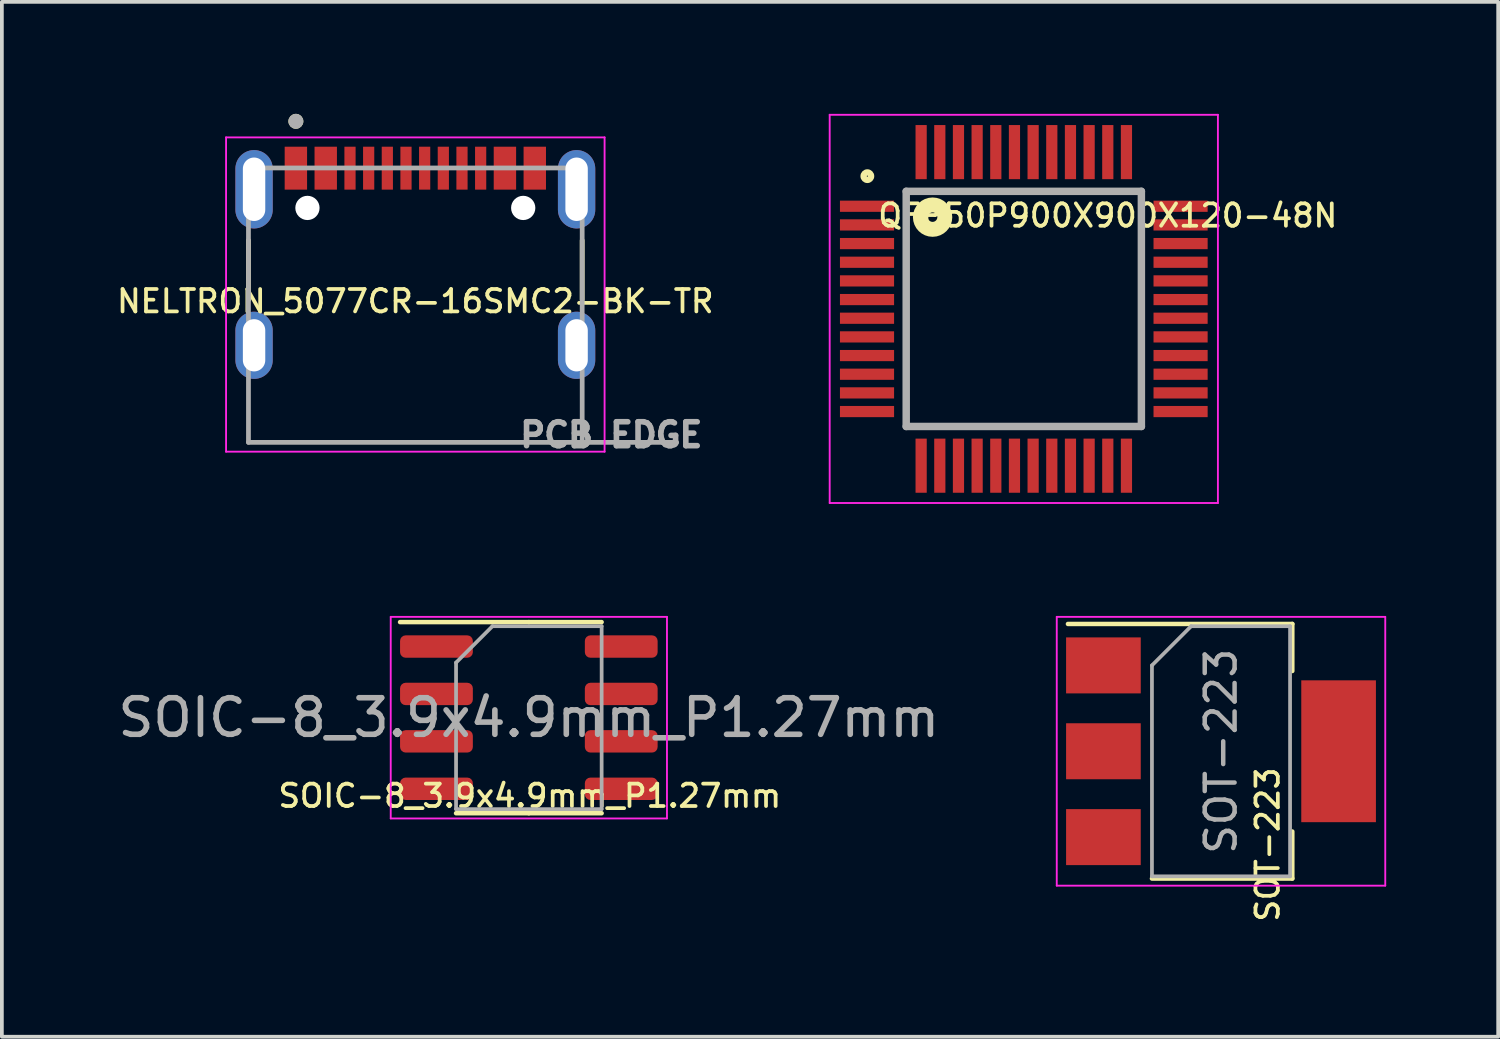
<source format=kicad_pcb>
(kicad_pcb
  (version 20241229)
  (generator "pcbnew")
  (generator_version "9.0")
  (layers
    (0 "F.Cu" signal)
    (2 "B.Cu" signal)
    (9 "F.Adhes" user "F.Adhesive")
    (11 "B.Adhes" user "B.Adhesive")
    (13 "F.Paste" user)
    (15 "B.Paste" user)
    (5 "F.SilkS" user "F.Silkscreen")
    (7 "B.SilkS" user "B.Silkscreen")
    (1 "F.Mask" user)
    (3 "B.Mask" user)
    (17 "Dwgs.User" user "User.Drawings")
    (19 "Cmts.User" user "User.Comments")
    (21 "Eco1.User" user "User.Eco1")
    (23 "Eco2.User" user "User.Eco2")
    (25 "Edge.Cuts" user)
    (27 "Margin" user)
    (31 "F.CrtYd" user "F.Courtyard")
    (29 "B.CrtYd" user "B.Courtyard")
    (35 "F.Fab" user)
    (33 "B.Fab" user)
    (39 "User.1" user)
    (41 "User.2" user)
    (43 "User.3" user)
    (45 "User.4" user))
  (footprint "QFP50P900X900X120-48N"
    (layer "F.Cu")
    (at 24.376 5.225)
    (property "Reference" "QFP50P900X900X120-48N" (at 2.25 -2.5 0) (layer "F.SilkS") (effects (font (size 0.6 0.6) (thickness 0.1) (bold yes))))
    (attr smd)
    (fp_circle (center -4.191 -3.556) (end -4.091 -3.556) (stroke (width 0.17) (type solid)) (fill no) (layer "F.SilkS"))
    (fp_circle (center -2.443 -2.458) (end -2.316 -2.458) (stroke (width 0.4) (type solid)) (fill no) (layer "F.SilkS"))
    (fp_line (start -5.2 -5.2) (end 5.2 -5.2) (stroke (width 0.05) (type solid)) (layer "F.CrtYd"))
    (fp_line (start -5.2 5.2) (end -5.2 -5.2) (stroke (width 0.05) (type solid)) (layer "F.CrtYd"))
    (fp_line (start 5.2 -5.2) (end 5.2 5.2) (stroke (width 0.05) (type solid)) (layer "F.CrtYd"))
    (fp_line (start 5.2 5.2) (end -5.2 5.2) (stroke (width 0.05) (type solid)) (layer "F.CrtYd"))
    (fp_line (start -3.15 3.15) (end -3.15 -3.15) (stroke (width 0.2) (type solid)) (layer "F.Fab"))
    (fp_line (start 3.15 -3.15) (end -3.15 -3.15) (stroke (width 0.2) (type solid)) (layer "F.Fab"))
    (fp_line (start 3.15 3.15) (end -3.15 3.15) (stroke (width 0.2) (type solid)) (layer "F.Fab"))
    (fp_line (start 3.15 3.15) (end 3.15 -3.15) (stroke (width 0.2) (type solid)) (layer "F.Fab"))
    (pad "1" smd rect (at -4.2 -2.75 180) (size 1.45 0.3) (layers "F.Cu" "F.Mask" "F.Paste"))
    (pad "2" smd rect (at -4.2 -2.25 180) (size 1.45 0.3) (layers "F.Cu" "F.Mask" "F.Paste"))
    (pad "3" smd rect (at -4.2 -1.75 180) (size 1.45 0.3) (layers "F.Cu" "F.Mask" "F.Paste"))
    (pad "4" smd rect (at -4.2 -1.25 180) (size 1.45 0.3) (layers "F.Cu" "F.Mask" "F.Paste"))
    (pad "5" smd rect (at -4.2 -0.75 180) (size 1.45 0.3) (layers "F.Cu" "F.Mask" "F.Paste"))
    (pad "6" smd rect (at -4.2 -0.25 180) (size 1.45 0.3) (layers "F.Cu" "F.Mask" "F.Paste"))
    (pad "7" smd rect (at -4.2 0.25 180) (size 1.45 0.3) (layers "F.Cu" "F.Mask" "F.Paste"))
    (pad "8" smd rect (at -4.2 0.75 180) (size 1.45 0.3) (layers "F.Cu" "F.Mask" "F.Paste"))
    (pad "9" smd rect (at -4.2 1.25 180) (size 1.45 0.3) (layers "F.Cu" "F.Mask" "F.Paste"))
    (pad "10" smd rect (at -4.2 1.75 180) (size 1.45 0.3) (layers "F.Cu" "F.Mask" "F.Paste"))
    (pad "11" smd rect (at -4.2 2.25 180) (size 1.45 0.3) (layers "F.Cu" "F.Mask" "F.Paste"))
    (pad "12" smd rect (at -4.2 2.75 180) (size 1.45 0.3) (layers "F.Cu" "F.Mask" "F.Paste"))
    (pad "13" smd rect (at -2.75 4.2 90) (size 1.45 0.3) (layers "F.Cu" "F.Mask" "F.Paste"))
    (pad "14" smd rect (at -2.25 4.2 90) (size 1.45 0.3) (layers "F.Cu" "F.Mask" "F.Paste"))
    (pad "15" smd rect (at -1.75 4.2 90) (size 1.45 0.3) (layers "F.Cu" "F.Mask" "F.Paste"))
    (pad "16" smd rect (at -1.25 4.2 90) (size 1.45 0.3) (layers "F.Cu" "F.Mask" "F.Paste"))
    (pad "17" smd rect (at -0.75 4.2 90) (size 1.45 0.3) (layers "F.Cu" "F.Mask" "F.Paste"))
    (pad "18" smd rect (at -0.25 4.2 90) (size 1.45 0.3) (layers "F.Cu" "F.Mask" "F.Paste"))
    (pad "19" smd rect (at 0.25 4.2 90) (size 1.45 0.3) (layers "F.Cu" "F.Mask" "F.Paste"))
    (pad "20" smd rect (at 0.75 4.2 90) (size 1.45 0.3) (layers "F.Cu" "F.Mask" "F.Paste"))
    (pad "21" smd rect (at 1.25 4.2 90) (size 1.45 0.3) (layers "F.Cu" "F.Mask" "F.Paste"))
    (pad "22" smd rect (at 1.75 4.2 90) (size 1.45 0.3) (layers "F.Cu" "F.Mask" "F.Paste"))
    (pad "23" smd rect (at 2.25 4.2 90) (size 1.45 0.3) (layers "F.Cu" "F.Mask" "F.Paste"))
    (pad "24" smd rect (at 2.75 4.2 90) (size 1.45 0.3) (layers "F.Cu" "F.Mask" "F.Paste"))
    (pad "25" smd rect (at 4.2 2.75 180) (size 1.45 0.3) (layers "F.Cu" "F.Mask" "F.Paste"))
    (pad "26" smd rect (at 4.2 2.25 180) (size 1.45 0.3) (layers "F.Cu" "F.Mask" "F.Paste"))
    (pad "27" smd rect (at 4.2 1.75 180) (size 1.45 0.3) (layers "F.Cu" "F.Mask" "F.Paste"))
    (pad "28" smd rect (at 4.2 1.25 180) (size 1.45 0.3) (layers "F.Cu" "F.Mask" "F.Paste"))
    (pad "29" smd rect (at 4.2 0.75 180) (size 1.45 0.3) (layers "F.Cu" "F.Mask" "F.Paste"))
    (pad "30" smd rect (at 4.2 0.25 180) (size 1.45 0.3) (layers "F.Cu" "F.Mask" "F.Paste"))
    (pad "31" smd rect (at 4.2 -0.25 180) (size 1.45 0.3) (layers "F.Cu" "F.Mask" "F.Paste"))
    (pad "32" smd rect (at 4.2 -0.75 180) (size 1.45 0.3) (layers "F.Cu" "F.Mask" "F.Paste"))
    (pad "33" smd rect (at 4.2 -1.25 180) (size 1.45 0.3) (layers "F.Cu" "F.Mask" "F.Paste"))
    (pad "34" smd rect (at 4.2 -1.75 180) (size 1.45 0.3) (layers "F.Cu" "F.Mask" "F.Paste"))
    (pad "35" smd rect (at 4.2 -2.25 180) (size 1.45 0.3) (layers "F.Cu" "F.Mask" "F.Paste"))
    (pad "36" smd rect (at 4.2 -2.75 180) (size 1.45 0.3) (layers "F.Cu" "F.Mask" "F.Paste"))
    (pad "37" smd rect (at 2.75 -4.2 90) (size 1.45 0.3) (layers "F.Cu" "F.Mask" "F.Paste"))
    (pad "38" smd rect (at 2.25 -4.2 90) (size 1.45 0.3) (layers "F.Cu" "F.Mask" "F.Paste"))
    (pad "39" smd rect (at 1.75 -4.2 90) (size 1.45 0.3) (layers "F.Cu" "F.Mask" "F.Paste"))
    (pad "40" smd rect (at 1.25 -4.2 90) (size 1.45 0.3) (layers "F.Cu" "F.Mask" "F.Paste"))
    (pad "41" smd rect (at 0.75 -4.2 90) (size 1.45 0.3) (layers "F.Cu" "F.Mask" "F.Paste"))
    (pad "42" smd rect (at 0.25 -4.2 90) (size 1.45 0.3) (layers "F.Cu" "F.Mask" "F.Paste"))
    (pad "43" smd rect (at -0.25 -4.2 90) (size 1.45 0.3) (layers "F.Cu" "F.Mask" "F.Paste"))
    (pad "44" smd rect (at -0.75 -4.2 90) (size 1.45 0.3) (layers "F.Cu" "F.Mask" "F.Paste"))
    (pad "45" smd rect (at -1.25 -4.2 90) (size 1.45 0.3) (layers "F.Cu" "F.Mask" "F.Paste"))
    (pad "46" smd rect (at -1.75 -4.2 90) (size 1.45 0.3) (layers "F.Cu" "F.Mask" "F.Paste"))
    (pad "47" smd rect (at -2.25 -4.2 90) (size 1.45 0.3) (layers "F.Cu" "F.Mask" "F.Paste"))
    (pad "48" smd rect (at -2.75 -4.2 90) (size 1.45 0.3) (layers "F.Cu" "F.Mask" "F.Paste")))
  (footprint "SOIC-8_3.9x4.9mm_P1.27mm"
    (layer "F.Cu")
    (at 11.117 16.175)
    (property "Reference" "SOIC-8_3.9x4.9mm_P1.27mm" (at 0.025 2.095 0) (layer "F.SilkS") (effects (font (size 0.6 0.6) (thickness 0.1) (bold yes))))
    (attr smd)
    (fp_line (start 0 -2.56) (end -3.45 -2.56) (stroke (width 0.12) (type solid)) (layer "F.SilkS"))
    (fp_line (start 0 -2.56) (end 1.95 -2.56) (stroke (width 0.12) (type solid)) (layer "F.SilkS"))
    (fp_line (start 0 2.56) (end -1.95 2.56) (stroke (width 0.12) (type solid)) (layer "F.SilkS"))
    (fp_line (start 0 2.56) (end 1.95 2.56) (stroke (width 0.12) (type solid)) (layer "F.SilkS"))
    (fp_line (start -3.7 -2.7) (end -3.7 2.7) (stroke (width 0.05) (type solid)) (layer "F.CrtYd"))
    (fp_line (start -3.7 2.7) (end 3.7 2.7) (stroke (width 0.05) (type solid)) (layer "F.CrtYd"))
    (fp_line (start 3.7 -2.7) (end -3.7 -2.7) (stroke (width 0.05) (type solid)) (layer "F.CrtYd"))
    (fp_line (start 3.7 2.7) (end 3.7 -2.7) (stroke (width 0.05) (type solid)) (layer "F.CrtYd"))
    (fp_line (start -1.95 -1.475) (end -0.975 -2.45) (stroke (width 0.1) (type solid)) (layer "F.Fab"))
    (fp_line (start -1.95 2.45) (end -1.95 -1.475) (stroke (width 0.1) (type solid)) (layer "F.Fab"))
    (fp_line (start -0.975 -2.45) (end 1.95 -2.45) (stroke (width 0.1) (type solid)) (layer "F.Fab"))
    (fp_line (start 1.95 -2.45) (end 1.95 2.45) (stroke (width 0.1) (type solid)) (layer "F.Fab"))
    (fp_line (start 1.95 2.45) (end -1.95 2.45) (stroke (width 0.1) (type solid)) (layer "F.Fab"))
    (fp_text user "${REFERENCE}" (at 0 0 0) (layer "F.Fab") (effects (font (size 0.98 0.98) (thickness 0.15))))
    (pad "1" smd roundrect (at -2.475 -1.905) (size 1.95 0.6) (layers "F.Cu" "F.Mask" "F.Paste") (roundrect_rratio 0.25))
    (pad "2" smd roundrect (at -2.475 -0.635) (size 1.95 0.6) (layers "F.Cu" "F.Mask" "F.Paste") (roundrect_rratio 0.25))
    (pad "3" smd roundrect (at -2.475 0.635) (size 1.95 0.6) (layers "F.Cu" "F.Mask" "F.Paste") (roundrect_rratio 0.25))
    (pad "4" smd roundrect (at -2.475 1.905) (size 1.95 0.6) (layers "F.Cu" "F.Mask" "F.Paste") (roundrect_rratio 0.25))
    (pad "5" smd roundrect (at 2.475 1.905) (size 1.95 0.6) (layers "F.Cu" "F.Mask" "F.Paste") (roundrect_rratio 0.25))
    (pad "6" smd roundrect (at 2.475 0.635) (size 1.95 0.6) (layers "F.Cu" "F.Mask" "F.Paste") (roundrect_rratio 0.25))
    (pad "7" smd roundrect (at 2.475 -0.635) (size 1.95 0.6) (layers "F.Cu" "F.Mask" "F.Paste") (roundrect_rratio 0.25))
    (pad "8" smd roundrect (at 2.475 -1.905) (size 1.95 0.6) (layers "F.Cu" "F.Mask" "F.Paste") (roundrect_rratio 0.25)))
  (footprint "SOT-223"
    (layer "F.Cu")
    (at 29.659 17.075)
    (property "Reference" "SOT-223" (at 1.25 2.5 90) (layer "F.SilkS") (effects (font (size 0.6 0.6) (thickness 0.1) (bold yes))))
    (attr smd)
    (fp_line (start -4.1 -3.41) (end 1.91 -3.41) (stroke (width 0.12) (type solid)) (layer "F.SilkS"))
    (fp_line (start -1.85 3.41) (end 1.91 3.41) (stroke (width 0.12) (type solid)) (layer "F.SilkS"))
    (fp_line (start 1.91 -3.41) (end 1.91 -2.15) (stroke (width 0.12) (type solid)) (layer "F.SilkS"))
    (fp_line (start 1.91 3.41) (end 1.91 2.15) (stroke (width 0.12) (type solid)) (layer "F.SilkS"))
    (fp_line (start -4.4 -3.6) (end -4.4 3.6) (stroke (width 0.05) (type solid)) (layer "F.CrtYd"))
    (fp_line (start -4.4 3.6) (end 4.4 3.6) (stroke (width 0.05) (type solid)) (layer "F.CrtYd"))
    (fp_line (start 4.4 -3.6) (end -4.4 -3.6) (stroke (width 0.05) (type solid)) (layer "F.CrtYd"))
    (fp_line (start 4.4 3.6) (end 4.4 -3.6) (stroke (width 0.05) (type solid)) (layer "F.CrtYd"))
    (fp_line (start -1.85 -2.3) (end -1.85 3.35) (stroke (width 0.1) (type solid)) (layer "F.Fab"))
    (fp_line (start -1.85 -2.3) (end -0.8 -3.35) (stroke (width 0.1) (type solid)) (layer "F.Fab"))
    (fp_line (start -1.85 3.35) (end 1.85 3.35) (stroke (width 0.1) (type solid)) (layer "F.Fab"))
    (fp_line (start -0.8 -3.35) (end 1.85 -3.35) (stroke (width 0.1) (type solid)) (layer "F.Fab"))
    (fp_line (start 1.85 -3.35) (end 1.85 3.35) (stroke (width 0.1) (type solid)) (layer "F.Fab"))
    (fp_text user "${REFERENCE}" (at 0 0 90) (layer "F.Fab") (effects (font (size 0.8 0.8) (thickness 0.12))))
    (pad "1" smd rect (at -3.15 -2.3) (size 2 1.5) (layers "F.Cu" "F.Mask" "F.Paste"))
    (pad "2" smd rect (at -3.15 0) (size 2 1.5) (layers "F.Cu" "F.Mask" "F.Paste"))
    (pad "3" smd rect (at -3.15 2.3) (size 2 1.5) (layers "F.Cu" "F.Mask" "F.Paste"))
    (pad "4" smd rect (at 3.15 0) (size 2 3.8) (layers "F.Cu" "F.Mask" "F.Paste")))
  (footprint "NELTRON_5077CR-16SMC2-BK-TR"
    (layer "F.Cu")
    (at 8.076 2.52)
    (property "Reference" "NELTRON_5077CR-16SMC2-BK-TR" (at 0 2.5 180) (layer "F.SilkS") (effects (font (size 0.6 0.6) (thickness 0.1) (bold yes))))
    (attr smd)
    (fp_line (start -4.47 2.46) (end -4.47 0.87) (stroke (width 0.127) (type solid)) (layer "F.SilkS"))
    (fp_line (start 4.47 2.46) (end 4.47 0.87) (stroke (width 0.127) (type solid)) (layer "F.SilkS"))
    (fp_circle (center -3.2 -2.32) (end -3.1 -2.32) (stroke (width 0.2) (type solid)) (fill no) (layer "F.SilkS"))
    (fp_line (start -5.07 -1.89) (end 5.07 -1.89) (stroke (width 0.05) (type solid)) (layer "F.CrtYd"))
    (fp_line (start -5.07 6.53) (end -5.07 -1.89) (stroke (width 0.05) (type solid)) (layer "F.CrtYd"))
    (fp_line (start 5.07 -1.89) (end 5.07 6.53) (stroke (width 0.05) (type solid)) (layer "F.CrtYd"))
    (fp_line (start 5.07 6.53) (end -5.07 6.53) (stroke (width 0.05) (type solid)) (layer "F.CrtYd"))
    (fp_line (start -4.47 -1.07) (end 4.47 -1.07) (stroke (width 0.127) (type solid)) (layer "F.Fab"))
    (fp_line (start -4.47 6.28) (end -4.47 -1.07) (stroke (width 0.127) (type solid)) (layer "F.Fab"))
    (fp_line (start -4.47 6.28) (end 4.47 6.28) (stroke (width 0.127) (type solid)) (layer "F.Fab"))
    (fp_line (start 4.47 -1.07) (end 4.47 6.28) (stroke (width 0.127) (type solid)) (layer "F.Fab"))
    (fp_line (start 4.47 6.28) (end 7 6.28) (stroke (width 0.127) (type solid)) (layer "F.Fab"))
    (fp_circle (center -3.2 -2.32) (end -3.1 -2.32) (stroke (width 0.2) (type solid)) (fill no) (layer "F.Fab"))
    (fp_text user "PCB EDGE" (at 5.25 6.08 180) (layer "F.Fab") (effects (font (size 0.64 0.64) (thickness 0.15))))
    (pad "" np_thru_hole circle (at -2.89 0) (size 0.65 0.65) (drill 0.65) (layers "*.Cu" "*.Mask"))
    (pad "" np_thru_hole circle (at 2.89 0) (size 0.65 0.65) (drill 0.65) (layers "*.Cu" "*.Mask"))
    (pad "A1_B12" smd rect (at -3.2 -1.065) (size 0.6 1.15) (layers "F.Cu" "F.Mask" "F.Paste"))
    (pad "A4_B9" smd rect (at -2.4 -1.065) (size 0.6 1.15) (layers "F.Cu" "F.Mask" "F.Paste"))
    (pad "A5" smd rect (at -1.25 -1.065) (size 0.3 1.15) (layers "F.Cu" "F.Mask" "F.Paste"))
    (pad "A6" smd rect (at -0.25 -1.065) (size 0.3 1.15) (layers "F.Cu" "F.Mask" "F.Paste"))
    (pad "A7" smd rect (at 0.25 -1.065) (size 0.3 1.15) (layers "F.Cu" "F.Mask" "F.Paste"))
    (pad "A8" smd rect (at 1.25 -1.065) (size 0.3 1.15) (layers "F.Cu" "F.Mask" "F.Paste"))
    (pad "B1_A12" smd rect (at 3.2 -1.065) (size 0.6 1.15) (layers "F.Cu" "F.Mask" "F.Paste"))
    (pad "B4_A9" smd rect (at 2.4 -1.065) (size 0.6 1.15) (layers "F.Cu" "F.Mask" "F.Paste"))
    (pad "B5" smd rect (at 1.75 -1.065) (size 0.3 1.15) (layers "F.Cu" "F.Mask" "F.Paste"))
    (pad "B6" smd rect (at 0.75 -1.065) (size 0.3 1.15) (layers "F.Cu" "F.Mask" "F.Paste"))
    (pad "B7" smd rect (at -0.75 -1.065) (size 0.3 1.15) (layers "F.Cu" "F.Mask" "F.Paste"))
    (pad "B8" smd rect (at -1.75 -1.065) (size 0.3 1.15) (layers "F.Cu" "F.Mask" "F.Paste"))
    (pad "S1" thru_hole oval (at -4.32 3.68) (size 1 1.8) (drill oval 0.6 1.4) (layers "*.Cu" "*.Mask"))
    (pad "S2" thru_hole oval (at 4.32 3.68) (size 1 1.8) (drill oval 0.6 1.4) (layers "*.Cu" "*.Mask"))
    (pad "S3" thru_hole oval (at -4.32 -0.5) (size 1 2.1) (drill oval 0.6 1.7) (layers "*.Cu" "*.Mask"))
    (pad "S4" thru_hole oval (at 4.32 -0.5) (size 1 2.1) (drill oval 0.6 1.7) (layers "*.Cu" "*.Mask")))
  (gr_rect
    (start -3 -3)
    (end 37.084 24.722)
    (stroke (width 0.1) (type default))
    (fill no)
    (layer "Edge.Cuts")))
</source>
